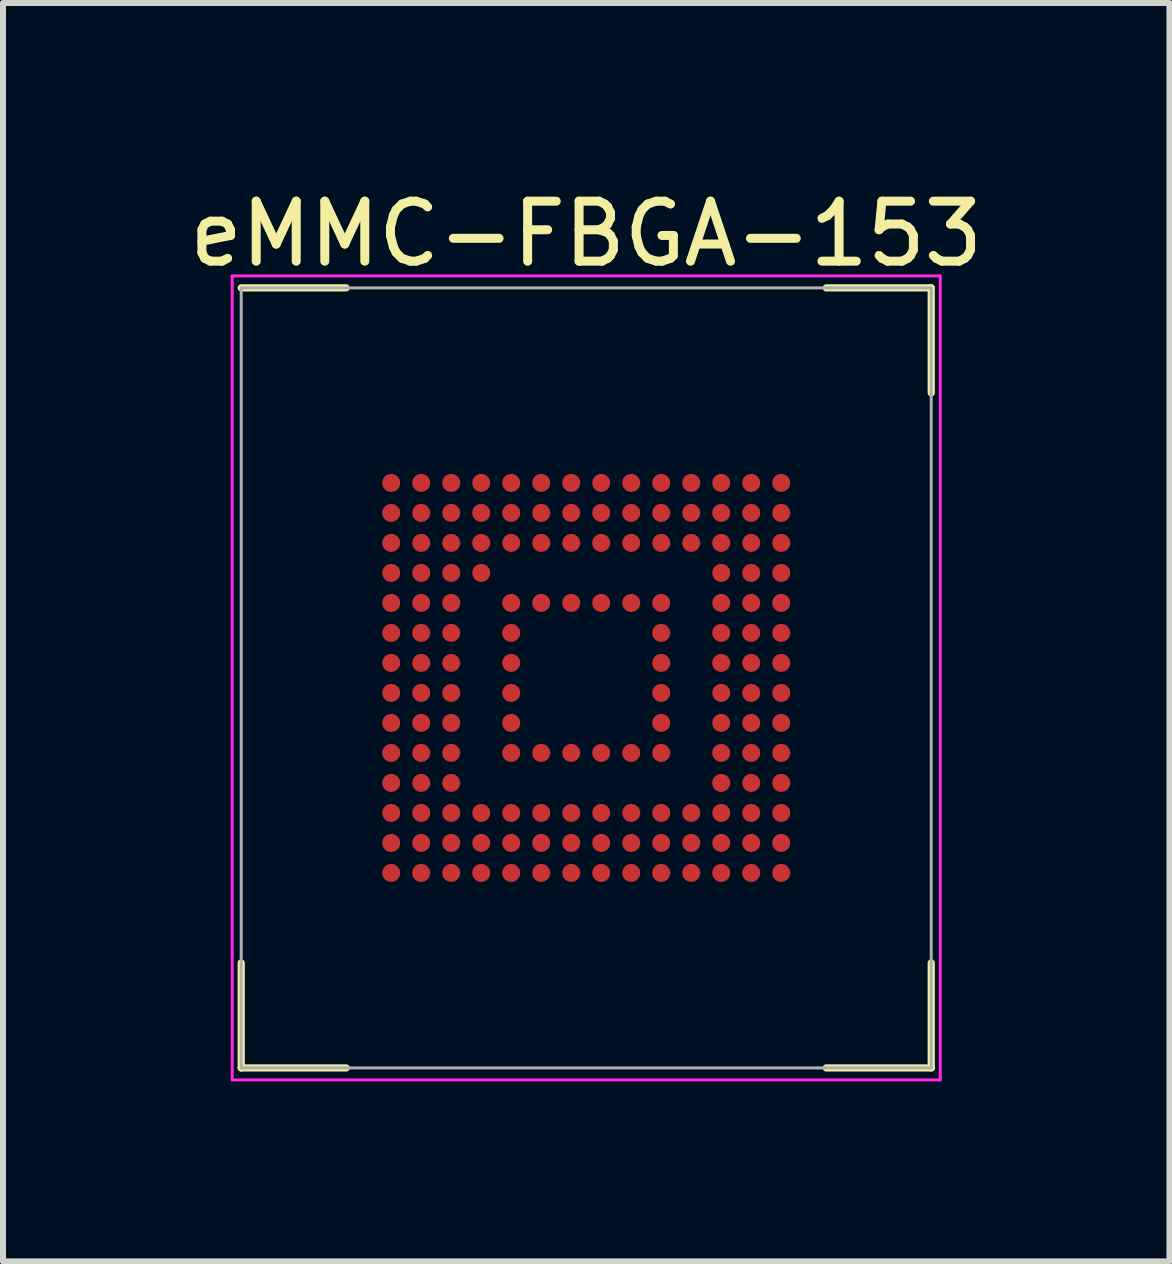
<source format=kicad_pcb>
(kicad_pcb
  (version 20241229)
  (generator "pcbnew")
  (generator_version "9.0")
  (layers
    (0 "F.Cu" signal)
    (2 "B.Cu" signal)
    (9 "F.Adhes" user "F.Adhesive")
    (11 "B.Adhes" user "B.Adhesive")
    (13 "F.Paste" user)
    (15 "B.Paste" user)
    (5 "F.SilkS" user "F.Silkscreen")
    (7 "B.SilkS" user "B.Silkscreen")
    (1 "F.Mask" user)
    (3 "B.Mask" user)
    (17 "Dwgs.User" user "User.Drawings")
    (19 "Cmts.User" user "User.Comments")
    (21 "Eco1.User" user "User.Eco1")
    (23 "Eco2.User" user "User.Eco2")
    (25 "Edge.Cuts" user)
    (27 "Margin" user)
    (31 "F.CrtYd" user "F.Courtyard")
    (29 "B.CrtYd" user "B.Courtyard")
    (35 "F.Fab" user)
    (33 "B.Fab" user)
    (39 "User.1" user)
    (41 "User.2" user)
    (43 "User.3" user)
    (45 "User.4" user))
  (footprint "eMMC-FBGA-153"
    (layer "F.Cu")
    (at 6.72 8.248)
    (property "Reference" "eMMC-FBGA-153" (at 0 -7.4 0) (layer "F.SilkS") (effects (font (size 1 1) (thickness 0.15))))
    (attr smd)
    (fp_line (start -5.75 -6.5) (end -4 -6.5) (stroke (width 0.12) (type solid)) (layer "F.SilkS"))
    (fp_line (start -5.75 6.5) (end -5.75 4.75) (stroke (width 0.12) (type solid)) (layer "F.SilkS"))
    (fp_line (start -5.75 6.5) (end -4 6.5) (stroke (width 0.12) (type solid)) (layer "F.SilkS"))
    (fp_line (start 5.75 -6.5) (end 4 -6.5) (stroke (width 0.12) (type solid)) (layer "F.SilkS"))
    (fp_line (start 5.75 -6.5) (end 5.75 -4.75) (stroke (width 0.12) (type solid)) (layer "F.SilkS"))
    (fp_line (start 5.75 6.5) (end 4 6.5) (stroke (width 0.12) (type solid)) (layer "F.SilkS"))
    (fp_line (start 5.75 6.5) (end 5.75 4.75) (stroke (width 0.12) (type solid)) (layer "F.SilkS"))
    (fp_line (start -5.9 -6.7) (end -5.9 6.7) (stroke (width 0.05) (type solid)) (layer "F.CrtYd"))
    (fp_line (start -5.9 6.7) (end 5.9 6.7) (stroke (width 0.05) (type solid)) (layer "F.CrtYd"))
    (fp_line (start 5.9 -6.7) (end -5.9 -6.7) (stroke (width 0.05) (type solid)) (layer "F.CrtYd"))
    (fp_line (start 5.9 6.7) (end 5.9 -6.7) (stroke (width 0.05) (type solid)) (layer "F.CrtYd"))
    (fp_line (start -5.75 -6.5) (end 5.75 -6.5) (stroke (width 0.05) (type solid)) (layer "F.Fab"))
    (fp_line (start -5.75 6.5) (end -5.75 -6.5) (stroke (width 0.05) (type solid)) (layer "F.Fab"))
    (fp_line (start 5.75 -6.5) (end 5.75 6.5) (stroke (width 0.05) (type solid)) (layer "F.Fab"))
    (fp_line (start 5.75 6.5) (end -5.75 6.5) (stroke (width 0.05) (type solid)) (layer "F.Fab"))
    (pad "A1" smd circle (at -3.25 -3.25) (size 0.3 0.3) (layers "F.Cu" "F.Mask"))
    (pad "A2" smd circle (at -2.75 -3.25) (size 0.3 0.3) (layers "F.Cu" "F.Mask"))
    (pad "A3" smd circle (at -2.25 -3.25) (size 0.3 0.3) (layers "F.Cu" "F.Mask"))
    (pad "A4" smd circle (at -1.75 -3.25) (size 0.3 0.3) (layers "F.Cu" "F.Mask"))
    (pad "A5" smd circle (at -1.25 -3.25) (size 0.3 0.3) (layers "F.Cu" "F.Mask"))
    (pad "A6" smd circle (at -0.75 -3.25) (size 0.3 0.3) (layers "F.Cu" "F.Mask"))
    (pad "A7" smd circle (at -0.25 -3.25) (size 0.3 0.3) (layers "F.Cu" "F.Mask"))
    (pad "A8" smd circle (at 0.25 -3.25) (size 0.3 0.3) (layers "F.Cu" "F.Mask"))
    (pad "A9" smd circle (at 0.75 -3.25) (size 0.3 0.3) (layers "F.Cu" "F.Mask"))
    (pad "A10" smd circle (at 1.25 -3.25) (size 0.3 0.3) (layers "F.Cu" "F.Mask"))
    (pad "A11" smd circle (at 1.75 -3.25) (size 0.3 0.3) (layers "F.Cu" "F.Mask"))
    (pad "A12" smd circle (at 2.25 -3.25) (size 0.3 0.3) (layers "F.Cu" "F.Mask"))
    (pad "A13" smd circle (at 2.75 -3.25) (size 0.3 0.3) (layers "F.Cu" "F.Mask"))
    (pad "A14" smd circle (at 3.25 -3.25) (size 0.3 0.3) (layers "F.Cu" "F.Mask"))
    (pad "B1" smd circle (at -3.25 -2.75) (size 0.3 0.3) (layers "F.Cu" "F.Mask"))
    (pad "B2" smd circle (at -2.75 -2.75) (size 0.3 0.3) (layers "F.Cu" "F.Mask"))
    (pad "B3" smd circle (at -2.25 -2.75) (size 0.3 0.3) (layers "F.Cu" "F.Mask"))
    (pad "B4" smd circle (at -1.75 -2.75) (size 0.3 0.3) (layers "F.Cu" "F.Mask"))
    (pad "B5" smd circle (at -1.25 -2.75) (size 0.3 0.3) (layers "F.Cu" "F.Mask"))
    (pad "B6" smd circle (at -0.75 -2.75) (size 0.3 0.3) (layers "F.Cu" "F.Mask"))
    (pad "B7" smd circle (at -0.25 -2.75) (size 0.3 0.3) (layers "F.Cu" "F.Mask"))
    (pad "B8" smd circle (at 0.25 -2.75) (size 0.3 0.3) (layers "F.Cu" "F.Mask"))
    (pad "B9" smd circle (at 0.75 -2.75) (size 0.3 0.3) (layers "F.Cu" "F.Mask"))
    (pad "B10" smd circle (at 1.25 -2.75) (size 0.3 0.3) (layers "F.Cu" "F.Mask"))
    (pad "B11" smd circle (at 1.75 -2.75) (size 0.3 0.3) (layers "F.Cu" "F.Mask"))
    (pad "B12" smd circle (at 2.25 -2.75) (size 0.3 0.3) (layers "F.Cu" "F.Mask"))
    (pad "B13" smd circle (at 2.75 -2.75) (size 0.3 0.3) (layers "F.Cu" "F.Mask"))
    (pad "B14" smd circle (at 3.25 -2.75) (size 0.3 0.3) (layers "F.Cu" "F.Mask"))
    (pad "C1" smd circle (at -3.25 -2.25) (size 0.3 0.3) (layers "F.Cu" "F.Mask"))
    (pad "C2" smd circle (at -2.75 -2.25) (size 0.3 0.3) (layers "F.Cu" "F.Mask"))
    (pad "C3" smd circle (at -2.25 -2.25) (size 0.3 0.3) (layers "F.Cu" "F.Mask"))
    (pad "C4" smd circle (at -1.75 -2.25) (size 0.3 0.3) (layers "F.Cu" "F.Mask"))
    (pad "C5" smd circle (at -1.25 -2.25) (size 0.3 0.3) (layers "F.Cu" "F.Mask"))
    (pad "C6" smd circle (at -0.75 -2.25) (size 0.3 0.3) (layers "F.Cu" "F.Mask"))
    (pad "C7" smd circle (at -0.25 -2.25) (size 0.3 0.3) (layers "F.Cu" "F.Mask"))
    (pad "C8" smd circle (at 0.25 -2.25) (size 0.3 0.3) (layers "F.Cu" "F.Mask"))
    (pad "C9" smd circle (at 0.75 -2.25) (size 0.3 0.3) (layers "F.Cu" "F.Mask"))
    (pad "C10" smd circle (at 1.25 -2.25) (size 0.3 0.3) (layers "F.Cu" "F.Mask"))
    (pad "C11" smd circle (at 1.75 -2.25) (size 0.3 0.3) (layers "F.Cu" "F.Mask"))
    (pad "C12" smd circle (at 2.25 -2.25) (size 0.3 0.3) (layers "F.Cu" "F.Mask"))
    (pad "C13" smd circle (at 2.75 -2.25) (size 0.3 0.3) (layers "F.Cu" "F.Mask"))
    (pad "C14" smd circle (at 3.25 -2.25) (size 0.3 0.3) (layers "F.Cu" "F.Mask"))
    (pad "D1" smd circle (at -3.25 -1.75) (size 0.3 0.3) (layers "F.Cu" "F.Mask"))
    (pad "D2" smd circle (at -2.75 -1.75) (size 0.3 0.3) (layers "F.Cu" "F.Mask"))
    (pad "D3" smd circle (at -2.25 -1.75) (size 0.3 0.3) (layers "F.Cu" "F.Mask"))
    (pad "D4" smd circle (at -1.75 -1.75) (size 0.3 0.3) (layers "F.Cu" "F.Mask"))
    (pad "D12" smd circle (at 2.25 -1.75) (size 0.3 0.3) (layers "F.Cu" "F.Mask"))
    (pad "D13" smd circle (at 2.75 -1.75) (size 0.3 0.3) (layers "F.Cu" "F.Mask"))
    (pad "D14" smd circle (at 3.25 -1.75) (size 0.3 0.3) (layers "F.Cu" "F.Mask"))
    (pad "E1" smd circle (at -3.25 -1.25) (size 0.3 0.3) (layers "F.Cu" "F.Mask"))
    (pad "E2" smd circle (at -2.75 -1.25) (size 0.3 0.3) (layers "F.Cu" "F.Mask"))
    (pad "E3" smd circle (at -2.25 -1.25) (size 0.3 0.3) (layers "F.Cu" "F.Mask"))
    (pad "E5" smd circle (at -1.25 -1.25) (size 0.3 0.3) (layers "F.Cu" "F.Mask"))
    (pad "E6" smd circle (at -0.75 -1.25) (size 0.3 0.3) (layers "F.Cu" "F.Mask"))
    (pad "E7" smd circle (at -0.25 -1.25) (size 0.3 0.3) (layers "F.Cu" "F.Mask"))
    (pad "E8" smd circle (at 0.25 -1.25) (size 0.3 0.3) (layers "F.Cu" "F.Mask"))
    (pad "E9" smd circle (at 0.75 -1.25) (size 0.3 0.3) (layers "F.Cu" "F.Mask"))
    (pad "E10" smd circle (at 1.25 -1.25) (size 0.3 0.3) (layers "F.Cu" "F.Mask"))
    (pad "E12" smd circle (at 2.25 -1.25) (size 0.3 0.3) (layers "F.Cu" "F.Mask"))
    (pad "E13" smd circle (at 2.75 -1.25) (size 0.3 0.3) (layers "F.Cu" "F.Mask"))
    (pad "E14" smd circle (at 3.25 -1.25) (size 0.3 0.3) (layers "F.Cu" "F.Mask"))
    (pad "F1" smd circle (at -3.25 -0.75) (size 0.3 0.3) (layers "F.Cu" "F.Mask"))
    (pad "F2" smd circle (at -2.75 -0.75) (size 0.3 0.3) (layers "F.Cu" "F.Mask"))
    (pad "F3" smd circle (at -2.25 -0.75) (size 0.3 0.3) (layers "F.Cu" "F.Mask"))
    (pad "F5" smd circle (at -1.25 -0.75) (size 0.3 0.3) (layers "F.Cu" "F.Mask"))
    (pad "F10" smd circle (at 1.25 -0.75) (size 0.3 0.3) (layers "F.Cu" "F.Mask"))
    (pad "F12" smd circle (at 2.25 -0.75) (size 0.3 0.3) (layers "F.Cu" "F.Mask"))
    (pad "F13" smd circle (at 2.75 -0.75) (size 0.3 0.3) (layers "F.Cu" "F.Mask"))
    (pad "F14" smd circle (at 3.25 -0.75) (size 0.3 0.3) (layers "F.Cu" "F.Mask"))
    (pad "G1" smd circle (at -3.25 -0.25) (size 0.3 0.3) (layers "F.Cu" "F.Mask"))
    (pad "G2" smd circle (at -2.75 -0.25) (size 0.3 0.3) (layers "F.Cu" "F.Mask"))
    (pad "G3" smd circle (at -2.25 -0.25) (size 0.3 0.3) (layers "F.Cu" "F.Mask"))
    (pad "G5" smd circle (at -1.25 -0.25) (size 0.3 0.3) (layers "F.Cu" "F.Mask"))
    (pad "G10" smd circle (at 1.25 -0.25) (size 0.3 0.3) (layers "F.Cu" "F.Mask"))
    (pad "G12" smd circle (at 2.25 -0.25) (size 0.3 0.3) (layers "F.Cu" "F.Mask"))
    (pad "G13" smd circle (at 2.75 -0.25) (size 0.3 0.3) (layers "F.Cu" "F.Mask"))
    (pad "G14" smd circle (at 3.25 -0.25) (size 0.3 0.3) (layers "F.Cu" "F.Mask"))
    (pad "H1" smd circle (at -3.25 0.25) (size 0.3 0.3) (layers "F.Cu" "F.Mask"))
    (pad "H2" smd circle (at -2.75 0.25) (size 0.3 0.3) (layers "F.Cu" "F.Mask"))
    (pad "H3" smd circle (at -2.25 0.25) (size 0.3 0.3) (layers "F.Cu" "F.Mask"))
    (pad "H5" smd circle (at -1.25 0.25) (size 0.3 0.3) (layers "F.Cu" "F.Mask"))
    (pad "H10" smd circle (at 1.25 0.25) (size 0.3 0.3) (layers "F.Cu" "F.Mask"))
    (pad "H12" smd circle (at 2.25 0.25) (size 0.3 0.3) (layers "F.Cu" "F.Mask"))
    (pad "H13" smd circle (at 2.75 0.25) (size 0.3 0.3) (layers "F.Cu" "F.Mask"))
    (pad "H14" smd circle (at 3.25 0.25) (size 0.3 0.3) (layers "F.Cu" "F.Mask"))
    (pad "J1" smd circle (at -3.25 0.75) (size 0.3 0.3) (layers "F.Cu" "F.Mask"))
    (pad "J2" smd circle (at -2.75 0.75) (size 0.3 0.3) (layers "F.Cu" "F.Mask"))
    (pad "J3" smd circle (at -2.25 0.75) (size 0.3 0.3) (layers "F.Cu" "F.Mask"))
    (pad "J5" smd circle (at -1.25 0.75) (size 0.3 0.3) (layers "F.Cu" "F.Mask"))
    (pad "J10" smd circle (at 1.25 0.75) (size 0.3 0.3) (layers "F.Cu" "F.Mask"))
    (pad "J12" smd circle (at 2.25 0.75) (size 0.3 0.3) (layers "F.Cu" "F.Mask"))
    (pad "J13" smd circle (at 2.75 0.75) (size 0.3 0.3) (layers "F.Cu" "F.Mask"))
    (pad "J14" smd circle (at 3.25 0.75) (size 0.3 0.3) (layers "F.Cu" "F.Mask"))
    (pad "K1" smd circle (at -3.25 1.25) (size 0.3 0.3) (layers "F.Cu" "F.Mask"))
    (pad "K2" smd circle (at -2.75 1.25) (size 0.3 0.3) (layers "F.Cu" "F.Mask"))
    (pad "K3" smd circle (at -2.25 1.25) (size 0.3 0.3) (layers "F.Cu" "F.Mask"))
    (pad "K5" smd circle (at -1.25 1.25) (size 0.3 0.3) (layers "F.Cu" "F.Mask"))
    (pad "K6" smd circle (at -0.75 1.25) (size 0.3 0.3) (layers "F.Cu" "F.Mask"))
    (pad "K7" smd circle (at -0.25 1.25) (size 0.3 0.3) (layers "F.Cu" "F.Mask"))
    (pad "K8" smd circle (at 0.25 1.25) (size 0.3 0.3) (layers "F.Cu" "F.Mask"))
    (pad "K9" smd circle (at 0.75 1.25) (size 0.3 0.3) (layers "F.Cu" "F.Mask"))
    (pad "K10" smd circle (at 1.25 1.25) (size 0.3 0.3) (layers "F.Cu" "F.Mask"))
    (pad "K12" smd circle (at 2.25 1.25) (size 0.3 0.3) (layers "F.Cu" "F.Mask"))
    (pad "K13" smd circle (at 2.75 1.25) (size 0.3 0.3) (layers "F.Cu" "F.Mask"))
    (pad "K14" smd circle (at 3.25 1.25) (size 0.3 0.3) (layers "F.Cu" "F.Mask"))
    (pad "L1" smd circle (at -3.25 1.75) (size 0.3 0.3) (layers "F.Cu" "F.Mask"))
    (pad "L2" smd circle (at -2.75 1.75) (size 0.3 0.3) (layers "F.Cu" "F.Mask"))
    (pad "L3" smd circle (at -2.25 1.75) (size 0.3 0.3) (layers "F.Cu" "F.Mask"))
    (pad "L12" smd circle (at 2.25 1.75) (size 0.3 0.3) (layers "F.Cu" "F.Mask"))
    (pad "L13" smd circle (at 2.75 1.75) (size 0.3 0.3) (layers "F.Cu" "F.Mask"))
    (pad "L14" smd circle (at 3.25 1.75) (size 0.3 0.3) (layers "F.Cu" "F.Mask"))
    (pad "M1" smd circle (at -3.25 2.25) (size 0.3 0.3) (layers "F.Cu" "F.Mask"))
    (pad "M2" smd circle (at -2.75 2.25) (size 0.3 0.3) (layers "F.Cu" "F.Mask"))
    (pad "M3" smd circle (at -2.25 2.25) (size 0.3 0.3) (layers "F.Cu" "F.Mask"))
    (pad "M4" smd circle (at -1.75 2.25) (size 0.3 0.3) (layers "F.Cu" "F.Mask"))
    (pad "M5" smd circle (at -1.25 2.25) (size 0.3 0.3) (layers "F.Cu" "F.Mask"))
    (pad "M6" smd circle (at -0.75 2.25) (size 0.3 0.3) (layers "F.Cu" "F.Mask"))
    (pad "M7" smd circle (at -0.25 2.25) (size 0.3 0.3) (layers "F.Cu" "F.Mask"))
    (pad "M8" smd circle (at 0.25 2.25) (size 0.3 0.3) (layers "F.Cu" "F.Mask"))
    (pad "M9" smd circle (at 0.75 2.25) (size 0.3 0.3) (layers "F.Cu" "F.Mask"))
    (pad "M10" smd circle (at 1.25 2.25) (size 0.3 0.3) (layers "F.Cu" "F.Mask"))
    (pad "M11" smd circle (at 1.75 2.25) (size 0.3 0.3) (layers "F.Cu" "F.Mask"))
    (pad "M12" smd circle (at 2.25 2.25) (size 0.3 0.3) (layers "F.Cu" "F.Mask"))
    (pad "M13" smd circle (at 2.75 2.25) (size 0.3 0.3) (layers "F.Cu" "F.Mask"))
    (pad "M14" smd circle (at 3.25 2.25) (size 0.3 0.3) (layers "F.Cu" "F.Mask"))
    (pad "N1" smd circle (at -3.25 2.75) (size 0.3 0.3) (layers "F.Cu" "F.Mask"))
    (pad "N2" smd circle (at -2.75 2.75) (size 0.3 0.3) (layers "F.Cu" "F.Mask"))
    (pad "N3" smd circle (at -2.25 2.75) (size 0.3 0.3) (layers "F.Cu" "F.Mask"))
    (pad "N4" smd circle (at -1.75 2.75) (size 0.3 0.3) (layers "F.Cu" "F.Mask"))
    (pad "N5" smd circle (at -1.25 2.75) (size 0.3 0.3) (layers "F.Cu" "F.Mask"))
    (pad "N6" smd circle (at -0.75 2.75) (size 0.3 0.3) (layers "F.Cu" "F.Mask"))
    (pad "N7" smd circle (at -0.25 2.75) (size 0.3 0.3) (layers "F.Cu" "F.Mask"))
    (pad "N8" smd circle (at 0.25 2.75) (size 0.3 0.3) (layers "F.Cu" "F.Mask"))
    (pad "N9" smd circle (at 0.75 2.75) (size 0.3 0.3) (layers "F.Cu" "F.Mask"))
    (pad "N10" smd circle (at 1.25 2.75) (size 0.3 0.3) (layers "F.Cu" "F.Mask"))
    (pad "N11" smd circle (at 1.75 2.75) (size 0.3 0.3) (layers "F.Cu" "F.Mask"))
    (pad "N12" smd circle (at 2.25 2.75) (size 0.3 0.3) (layers "F.Cu" "F.Mask"))
    (pad "N13" smd circle (at 2.75 2.75) (size 0.3 0.3) (layers "F.Cu" "F.Mask"))
    (pad "N14" smd circle (at 3.25 2.75) (size 0.3 0.3) (layers "F.Cu" "F.Mask"))
    (pad "P1" smd circle (at -3.25 3.25) (size 0.3 0.3) (layers "F.Cu" "F.Mask"))
    (pad "P2" smd circle (at -2.75 3.25) (size 0.3 0.3) (layers "F.Cu" "F.Mask"))
    (pad "P3" smd circle (at -2.25 3.25) (size 0.3 0.3) (layers "F.Cu" "F.Mask"))
    (pad "P4" smd circle (at -1.75 3.25) (size 0.3 0.3) (layers "F.Cu" "F.Mask"))
    (pad "P5" smd circle (at -1.25 3.25) (size 0.3 0.3) (layers "F.Cu" "F.Mask"))
    (pad "P6" smd circle (at -0.75 3.25) (size 0.3 0.3) (layers "F.Cu" "F.Mask"))
    (pad "P7" smd circle (at -0.25 3.25) (size 0.3 0.3) (layers "F.Cu" "F.Mask"))
    (pad "P8" smd circle (at 0.25 3.25) (size 0.3 0.3) (layers "F.Cu" "F.Mask"))
    (pad "P9" smd circle (at 0.75 3.25) (size 0.3 0.3) (layers "F.Cu" "F.Mask"))
    (pad "P10" smd circle (at 1.25 3.25) (size 0.3 0.3) (layers "F.Cu" "F.Mask"))
    (pad "P11" smd circle (at 1.75 3.25) (size 0.3 0.3) (layers "F.Cu" "F.Mask"))
    (pad "P12" smd circle (at 2.25 3.25) (size 0.3 0.3) (layers "F.Cu" "F.Mask"))
    (pad "P13" smd circle (at 2.75 3.25) (size 0.3 0.3) (layers "F.Cu" "F.Mask"))
    (pad "P14" smd circle (at 3.25 3.25) (size 0.3 0.3) (layers "F.Cu" "F.Mask")))
  (gr_rect
    (start -3 -3)
    (end 16.44 17.973)
    (stroke (width 0.1) (type default))
    (fill no)
    (layer "Edge.Cuts")))
</source>
